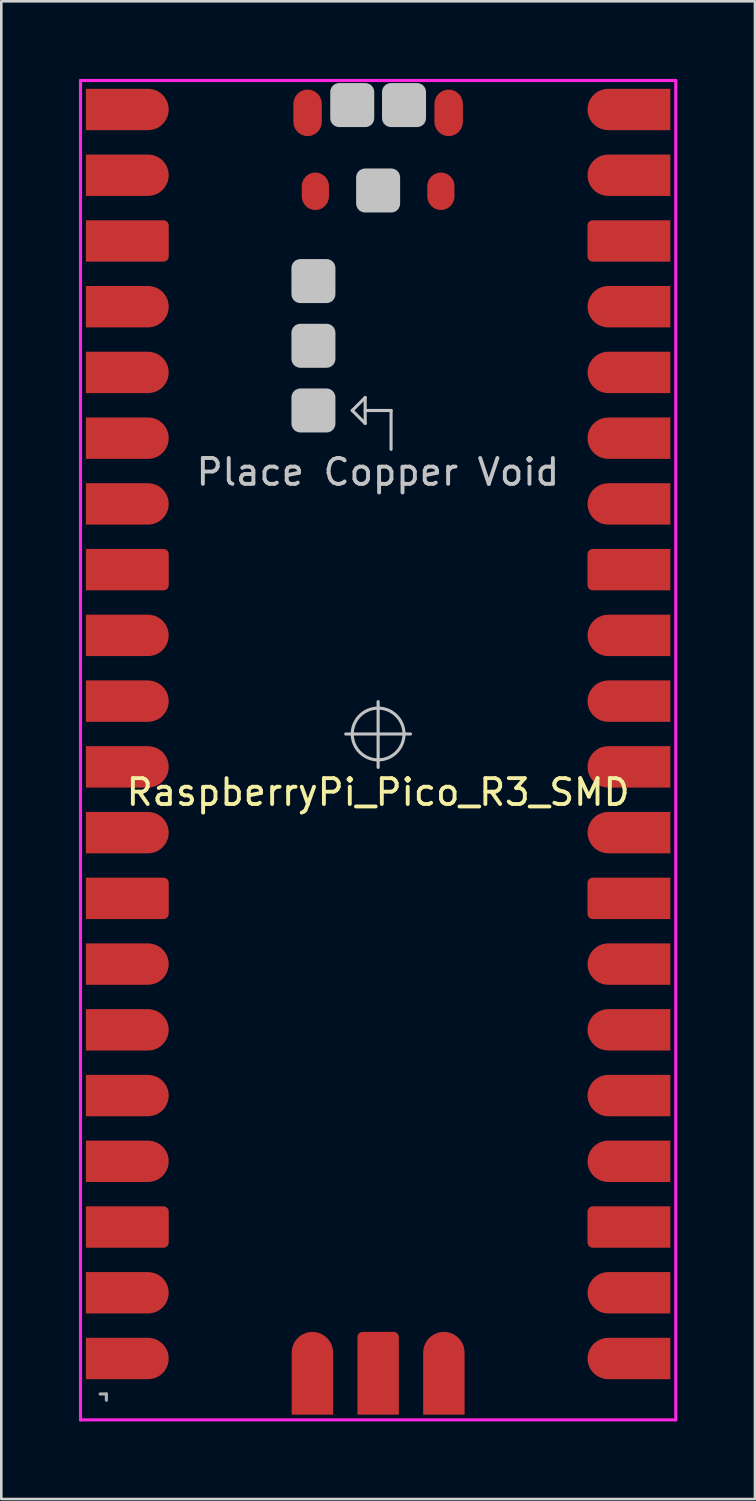
<source format=kicad_pcb>
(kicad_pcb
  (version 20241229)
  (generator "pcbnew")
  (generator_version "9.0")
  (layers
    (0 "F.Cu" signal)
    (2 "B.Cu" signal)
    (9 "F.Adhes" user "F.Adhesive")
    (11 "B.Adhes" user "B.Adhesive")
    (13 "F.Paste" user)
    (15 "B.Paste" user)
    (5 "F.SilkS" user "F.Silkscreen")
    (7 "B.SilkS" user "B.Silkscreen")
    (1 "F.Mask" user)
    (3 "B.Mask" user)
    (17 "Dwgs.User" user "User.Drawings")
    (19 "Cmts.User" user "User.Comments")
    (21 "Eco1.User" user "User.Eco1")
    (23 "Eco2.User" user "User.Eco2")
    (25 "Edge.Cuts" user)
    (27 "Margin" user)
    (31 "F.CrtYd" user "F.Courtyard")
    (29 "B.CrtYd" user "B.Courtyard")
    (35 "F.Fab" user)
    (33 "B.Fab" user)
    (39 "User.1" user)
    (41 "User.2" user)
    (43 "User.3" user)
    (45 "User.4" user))
  (footprint "RaspberryPi_Pico_R3_SMD"
    (layer "F.Cu")
    (at 11.56 25.31)
    (property "Reference" "RaspberryPi_Pico_R3_SMD" (at 0 2.25 0) (layer "F.SilkS") (effects (font (size 1 1) (thickness 0.15))))
    (attr through_hole)
    (fp_line (start -1 -12.5) (end -0.5 -13) (stroke (width 0.12) (type solid)) (layer "Dwgs.User"))
    (fp_line (start -0.5 -13) (end -0.5 -12) (stroke (width 0.12) (type solid)) (layer "Dwgs.User"))
    (fp_line (start -0.5 -12.5) (end 0.5 -12.5) (stroke (width 0.12) (type solid)) (layer "Dwgs.User"))
    (fp_line (start -0.5 -12) (end -1 -12.5) (stroke (width 0.12) (type solid)) (layer "Dwgs.User"))
    (fp_line (start 0 0) (end -1.25 0) (stroke (width 0.12) (type solid)) (layer "Dwgs.User"))
    (fp_line (start 0 0) (end 0 -1.25) (stroke (width 0.12) (type solid)) (layer "Dwgs.User"))
    (fp_line (start 0 0) (end 0 1.29) (stroke (width 0.12) (type solid)) (layer "Dwgs.User"))
    (fp_line (start 0 0) (end 1.25 0) (stroke (width 0.12) (type solid)) (layer "Dwgs.User"))
    (fp_line (start 0.5 -12.5) (end 0.5 -11) (stroke (width 0.12) (type solid)) (layer "Dwgs.User"))
    (fp_circle (center 0 0) (end 1 0) (stroke (width 0.12) (type solid)) (fill no) (layer "Dwgs.User"))
    (fp_line (start -11.5 -25.25) (end 11.5 -25.25) (stroke (width 0.12) (type solid)) (layer "F.CrtYd"))
    (fp_line (start -11.5 26.5) (end -11.5 -25.25) (stroke (width 0.12) (type solid)) (layer "F.CrtYd"))
    (fp_line (start 11.5 -25.25) (end 11.5 26.5) (stroke (width 0.12) (type solid)) (layer "F.CrtYd"))
    (fp_line (start 11.5 26.5) (end -11.5 26.5) (stroke (width 0.12) (type solid)) (layer "F.CrtYd"))
    (fp_line (start -10.5 25.5) (end -10.74 25.5) (stroke (width 0.12) (type solid)) (layer "F.Fab"))
    (fp_line (start -10.5 25.5) (end -10.5 25.74) (stroke (width 0.12) (type solid)) (layer "F.Fab"))
    (fp_text user "Place Copper Void" (at -0.01 -10.12 0) (layer "Dwgs.User") (effects (font (size 1 1) (thickness 0.15))))
    (pad "" smd roundrect (at -2.5 -17.5 180) (size 1.7 1.7) (layers "Dwgs.User") (roundrect_rratio 0.2))
    (pad "" smd roundrect (at -2.5 -15 180) (size 1.7 1.7) (layers "Dwgs.User") (roundrect_rratio 0.2))
    (pad "" smd roundrect (at -2.5 -12.5 180) (size 1.7 1.7) (layers "Dwgs.User") (roundrect_rratio 0.2))
    (pad "" smd roundrect (at -1 -24.3 180) (size 1.7 1.7) (layers "Dwgs.User") (roundrect_rratio 0.2))
    (pad "" smd roundrect (at 0 -21 180) (size 1.7 1.7) (layers "Dwgs.User") (roundrect_rratio 0.2))
    (pad "" smd roundrect (at 1 -24.3 180) (size 1.7 1.7) (layers "Dwgs.User") (roundrect_rratio 0.2))
    (pad "1" smd custom (at -9.69 -24.13) (size 1.6 1.6) (layers "F.Cu" "F.Mask" "F.Paste") (options (anchor circle)) (primitives (gr_circle (center 0.8 0) (end 1.6 0) (width 0) (fill yes)) (gr_poly (pts (xy 0.8 0.8) (xy 0.8 -0.8) (xy -1.6 -0.8) (xy -1.6 0.8)) (width 0) (fill yes))))
    (pad "2" smd custom (at -9.69 -21.59) (size 1.6 1.6) (layers "F.Cu" "F.Mask" "F.Paste") (options (anchor circle)) (primitives (gr_circle (center 0.8 0) (end 1.6 0) (width 0) (fill yes)) (gr_poly (pts (xy 0.8 0.8) (xy 0.8 -0.8) (xy -1.6 -0.8) (xy -1.6 0.8)) (width 0) (fill yes))))
    (pad "3" smd custom (at -9.69 -19.05) (size 1.6 1.6) (layers "F.Cu" "F.Mask" "F.Paste") (options (anchor circle)) (primitives (gr_circle (center 1.4 0.6) (end 1.6 0.6) (width 0) (fill yes)) (gr_circle (center 1.4 -0.6) (end 1.6 -0.6) (width 0) (fill yes)) (gr_poly (pts (xy 1.4 0.8) (xy 1.4 -0.8) (xy -1.6 -0.8) (xy -1.6 0.8)) (width 0) (fill yes)) (gr_poly (pts (xy 1.6 0.6) (xy 1.6 -0.6) (xy 0 0)) (width 0) (fill yes))))
    (pad "4" smd custom (at -9.69 -16.51) (size 1.6 1.6) (layers "F.Cu" "F.Mask" "F.Paste") (options (anchor circle)) (primitives (gr_circle (center 0.8 0) (end 1.6 0) (width 0) (fill yes)) (gr_poly (pts (xy 0.8 0.8) (xy 0.8 -0.8) (xy -1.6 -0.8) (xy -1.6 0.8)) (width 0) (fill yes))))
    (pad "5" smd custom (at -9.69 -13.97) (size 1.6 1.6) (layers "F.Cu" "F.Mask" "F.Paste") (options (anchor circle)) (primitives (gr_circle (center 0.8 0) (end 1.6 0) (width 0) (fill yes)) (gr_poly (pts (xy 0.8 0.8) (xy 0.8 -0.8) (xy -1.6 -0.8) (xy -1.6 0.8)) (width 0) (fill yes))))
    (pad "6" smd custom (at -9.69 -11.43) (size 1.6 1.6) (layers "F.Cu" "F.Mask" "F.Paste") (options (anchor circle)) (primitives (gr_circle (center 0.8 0) (end 1.6 0) (width 0) (fill yes)) (gr_poly (pts (xy 0.8 0.8) (xy 0.8 -0.8) (xy -1.6 -0.8) (xy -1.6 0.8)) (width 0) (fill yes))))
    (pad "7" smd custom (at -9.69 -8.89) (size 1.6 1.6) (layers "F.Cu" "F.Mask" "F.Paste") (options (anchor circle)) (primitives (gr_circle (center 0.8 0) (end 1.6 0) (width 0) (fill yes)) (gr_poly (pts (xy 0.8 0.8) (xy 0.8 -0.8) (xy -1.6 -0.8) (xy -1.6 0.8)) (width 0) (fill yes))))
    (pad "8" smd custom (at -9.69 -6.35) (size 1.6 1.6) (layers "F.Cu" "F.Mask" "F.Paste") (options (anchor circle)) (primitives (gr_circle (center 1.4 0.6) (end 1.6 0.6) (width 0) (fill yes)) (gr_circle (center 1.4 -0.6) (end 1.6 -0.6) (width 0) (fill yes)) (gr_poly (pts (xy 1.4 0.8) (xy 1.4 -0.8) (xy -1.6 -0.8) (xy -1.6 0.8)) (width 0) (fill yes)) (gr_poly (pts (xy 1.6 0.6) (xy 1.6 -0.6) (xy 0 0)) (width 0) (fill yes))))
    (pad "9" smd custom (at -9.69 -3.81) (size 1.6 1.6) (layers "F.Cu" "F.Mask" "F.Paste") (options (anchor circle)) (primitives (gr_circle (center 0.8 0) (end 1.6 0) (width 0) (fill yes)) (gr_poly (pts (xy 0.8 0.8) (xy 0.8 -0.8) (xy -1.6 -0.8) (xy -1.6 0.8)) (width 0) (fill yes))))
    (pad "10" smd custom (at -9.69 -1.27) (size 1.6 1.6) (layers "F.Cu" "F.Mask" "F.Paste") (options (anchor circle)) (primitives (gr_circle (center 0.8 0) (end 1.6 0) (width 0) (fill yes)) (gr_poly (pts (xy 0.8 0.8) (xy 0.8 -0.8) (xy -1.6 -0.8) (xy -1.6 0.8)) (width 0) (fill yes))))
    (pad "11" smd custom (at -9.69 1.27) (size 1.6 1.6) (layers "F.Cu" "F.Mask" "F.Paste") (options (anchor circle)) (primitives (gr_circle (center 0.8 0) (end 1.6 0) (width 0) (fill yes)) (gr_poly (pts (xy 0.8 0.8) (xy 0.8 -0.8) (xy -1.6 -0.8) (xy -1.6 0.8)) (width 0) (fill yes))))
    (pad "12" smd custom (at -9.69 3.81) (size 1.6 1.6) (layers "F.Cu" "F.Mask" "F.Paste") (options (anchor circle)) (primitives (gr_circle (center 0.8 0) (end 1.6 0) (width 0) (fill yes)) (gr_poly (pts (xy 0.8 0.8) (xy 0.8 -0.8) (xy -1.6 -0.8) (xy -1.6 0.8)) (width 0) (fill yes))))
    (pad "13" smd custom (at -9.69 6.35) (size 1.6 1.6) (layers "F.Cu" "F.Mask" "F.Paste") (options (anchor circle)) (primitives (gr_circle (center 1.4 0.6) (end 1.6 0.6) (width 0) (fill yes)) (gr_circle (center 1.4 -0.6) (end 1.6 -0.6) (width 0) (fill yes)) (gr_poly (pts (xy 1.4 0.8) (xy 1.4 -0.8) (xy -1.6 -0.8) (xy -1.6 0.8)) (width 0) (fill yes)) (gr_poly (pts (xy 1.6 0.6) (xy 1.6 -0.6) (xy 0 0)) (width 0) (fill yes))))
    (pad "14" smd custom (at -9.69 8.89) (size 1.6 1.6) (layers "F.Cu" "F.Mask" "F.Paste") (options (anchor circle)) (primitives (gr_circle (center 0.8 0) (end 1.6 0) (width 0) (fill yes)) (gr_poly (pts (xy 0.8 0.8) (xy 0.8 -0.8) (xy -1.6 -0.8) (xy -1.6 0.8)) (width 0) (fill yes))))
    (pad "15" smd custom (at -9.69 11.43) (size 1.6 1.6) (layers "F.Cu" "F.Mask" "F.Paste") (options (anchor circle)) (primitives (gr_circle (center 0.8 0) (end 1.6 0) (width 0) (fill yes)) (gr_poly (pts (xy 0.8 0.8) (xy 0.8 -0.8) (xy -1.6 -0.8) (xy -1.6 0.8)) (width 0) (fill yes))))
    (pad "16" smd custom (at -9.69 13.97) (size 1.6 1.6) (layers "F.Cu" "F.Mask" "F.Paste") (options (anchor circle)) (primitives (gr_circle (center 0.8 0) (end 1.6 0) (width 0) (fill yes)) (gr_poly (pts (xy 0.8 0.8) (xy 0.8 -0.8) (xy -1.6 -0.8) (xy -1.6 0.8)) (width 0) (fill yes))))
    (pad "17" smd custom (at -9.69 16.51) (size 1.6 1.6) (layers "F.Cu" "F.Mask" "F.Paste") (options (anchor circle)) (primitives (gr_circle (center 0.8 0) (end 1.6 0) (width 0) (fill yes)) (gr_poly (pts (xy 0.8 0.8) (xy 0.8 -0.8) (xy -1.6 -0.8) (xy -1.6 0.8)) (width 0) (fill yes))))
    (pad "18" smd custom (at -9.69 19.05) (size 1.6 1.6) (layers "F.Cu" "F.Mask" "F.Paste") (options (anchor circle)) (primitives (gr_circle (center 1.4 0.6) (end 1.6 0.6) (width 0) (fill yes)) (gr_circle (center 1.4 -0.6) (end 1.6 -0.6) (width 0) (fill yes)) (gr_poly (pts (xy 1.4 0.8) (xy 1.4 -0.8) (xy -1.6 -0.8) (xy -1.6 0.8)) (width 0) (fill yes)) (gr_poly (pts (xy 1.6 0.6) (xy 1.6 -0.6) (xy 0 0)) (width 0) (fill yes))))
    (pad "19" smd custom (at -9.69 21.59) (size 1.6 1.6) (layers "F.Cu" "F.Mask" "F.Paste") (options (anchor circle)) (primitives (gr_circle (center 0.8 0) (end 1.6 0) (width 0) (fill yes)) (gr_poly (pts (xy 0.8 0.8) (xy 0.8 -0.8) (xy -1.6 -0.8) (xy -1.6 0.8)) (width 0) (fill yes))))
    (pad "20" smd custom (at -9.69 24.13) (size 1.6 1.6) (layers "F.Cu" "F.Mask" "F.Paste") (options (anchor circle)) (primitives (gr_circle (center 0.8 0) (end 1.6 0) (width 0) (fill yes)) (gr_poly (pts (xy 0.8 0.8) (xy 0.8 -0.8) (xy -1.6 -0.8) (xy -1.6 0.8)) (width 0) (fill yes))))
    (pad "21" smd custom (at 9.69 24.13 180) (size 1.6 1.6) (layers "F.Cu" "F.Mask" "F.Paste") (options (anchor circle)) (primitives (gr_circle (center 0.8 0) (end 1.6 0) (width 0) (fill yes)) (gr_poly (pts (xy 0.8 0.8) (xy 0.8 -0.8) (xy -1.6 -0.8) (xy -1.6 0.8)) (width 0) (fill yes))))
    (pad "22" smd custom (at 9.69 21.59 180) (size 1.6 1.6) (layers "F.Cu" "F.Mask" "F.Paste") (options (anchor circle)) (primitives (gr_circle (center 0.8 0) (end 1.6 0) (width 0) (fill yes)) (gr_poly (pts (xy 0.8 0.8) (xy 0.8 -0.8) (xy -1.6 -0.8) (xy -1.6 0.8)) (width 0) (fill yes))))
    (pad "23" smd custom (at 9.69 19.05 180) (size 1.6 1.6) (layers "F.Cu" "F.Mask" "F.Paste") (options (anchor circle)) (primitives (gr_circle (center 1.4 0.6) (end 1.6 0.6) (width 0) (fill yes)) (gr_circle (center 1.4 -0.6) (end 1.6 -0.6) (width 0) (fill yes)) (gr_poly (pts (xy 1.4 0.8) (xy 1.4 -0.8) (xy -1.6 -0.8) (xy -1.6 0.8)) (width 0) (fill yes)) (gr_poly (pts (xy 1.6 0.6) (xy 1.6 -0.6) (xy 0 0)) (width 0) (fill yes))))
    (pad "24" smd custom (at 9.69 16.51 180) (size 1.6 1.6) (layers "F.Cu" "F.Mask" "F.Paste") (options (anchor circle)) (primitives (gr_circle (center 0.8 0) (end 1.6 0) (width 0) (fill yes)) (gr_poly (pts (xy 0.8 0.8) (xy 0.8 -0.8) (xy -1.6 -0.8) (xy -1.6 0.8)) (width 0) (fill yes))))
    (pad "25" smd custom (at 9.69 13.97 180) (size 1.6 1.6) (layers "F.Cu" "F.Mask" "F.Paste") (options (anchor circle)) (primitives (gr_circle (center 0.8 0) (end 1.6 0) (width 0) (fill yes)) (gr_poly (pts (xy 0.8 0.8) (xy 0.8 -0.8) (xy -1.6 -0.8) (xy -1.6 0.8)) (width 0) (fill yes))))
    (pad "26" smd custom (at 9.69 11.43 180) (size 1.6 1.6) (layers "F.Cu" "F.Mask" "F.Paste") (options (anchor circle)) (primitives (gr_circle (center 0.8 0) (end 1.6 0) (width 0) (fill yes)) (gr_poly (pts (xy 0.8 0.8) (xy 0.8 -0.8) (xy -1.6 -0.8) (xy -1.6 0.8)) (width 0) (fill yes))))
    (pad "27" smd custom (at 9.69 8.89 180) (size 1.6 1.6) (layers "F.Cu" "F.Mask" "F.Paste") (options (anchor circle)) (primitives (gr_circle (center 0.8 0) (end 1.6 0) (width 0) (fill yes)) (gr_poly (pts (xy 0.8 0.8) (xy 0.8 -0.8) (xy -1.6 -0.8) (xy -1.6 0.8)) (width 0) (fill yes))))
    (pad "28" smd custom (at 9.69 6.35 180) (size 1.6 1.6) (layers "F.Cu" "F.Mask" "F.Paste") (options (anchor circle)) (primitives (gr_circle (center 1.4 0.6) (end 1.6 0.6) (width 0) (fill yes)) (gr_circle (center 1.4 -0.6) (end 1.6 -0.6) (width 0) (fill yes)) (gr_poly (pts (xy 1.4 0.8) (xy 1.4 -0.8) (xy -1.6 -0.8) (xy -1.6 0.8)) (width 0) (fill yes)) (gr_poly (pts (xy 1.6 0.6) (xy 1.6 -0.6) (xy 0 0)) (width 0) (fill yes))))
    (pad "29" smd custom (at 9.69 3.81 180) (size 1.6 1.6) (layers "F.Cu" "F.Mask" "F.Paste") (options (anchor circle)) (primitives (gr_circle (center 0.8 0) (end 1.6 0) (width 0) (fill yes)) (gr_poly (pts (xy 0.8 0.8) (xy 0.8 -0.8) (xy -1.6 -0.8) (xy -1.6 0.8)) (width 0) (fill yes))))
    (pad "30" smd custom (at 9.69 1.27 180) (size 1.6 1.6) (layers "F.Cu" "F.Mask" "F.Paste") (options (anchor circle)) (primitives (gr_circle (center 0.8 0) (end 1.6 0) (width 0) (fill yes)) (gr_poly (pts (xy 0.8 0.8) (xy 0.8 -0.8) (xy -1.6 -0.8) (xy -1.6 0.8)) (width 0) (fill yes))))
    (pad "31" smd custom (at 9.69 -1.27 180) (size 1.6 1.6) (layers "F.Cu" "F.Mask" "F.Paste") (options (anchor circle)) (primitives (gr_circle (center 0.8 0) (end 1.6 0) (width 0) (fill yes)) (gr_poly (pts (xy 0.8 0.8) (xy 0.8 -0.8) (xy -1.6 -0.8) (xy -1.6 0.8)) (width 0) (fill yes))))
    (pad "32" smd custom (at 9.69 -3.81 180) (size 1.6 1.6) (layers "F.Cu" "F.Mask" "F.Paste") (options (anchor circle)) (primitives (gr_circle (center 0.8 0) (end 1.6 0) (width 0) (fill yes)) (gr_poly (pts (xy 0.8 0.8) (xy 0.8 -0.8) (xy -1.6 -0.8) (xy -1.6 0.8)) (width 0) (fill yes))))
    (pad "33" smd custom (at 9.69 -6.35 180) (size 1.6 1.6) (layers "F.Cu" "F.Mask" "F.Paste") (options (anchor circle)) (primitives (gr_circle (center 1.4 0.6) (end 1.6 0.6) (width 0) (fill yes)) (gr_circle (center 1.4 -0.6) (end 1.6 -0.6) (width 0) (fill yes)) (gr_poly (pts (xy 1.4 0.8) (xy 1.4 -0.8) (xy -1.6 -0.8) (xy -1.6 0.8)) (width 0) (fill yes)) (gr_poly (pts (xy 1.6 0.6) (xy 1.6 -0.6) (xy 0 0)) (width 0) (fill yes))))
    (pad "34" smd custom (at 9.69 -8.89 180) (size 1.6 1.6) (layers "F.Cu" "F.Mask" "F.Paste") (options (anchor circle)) (primitives (gr_circle (center 0.8 0) (end 1.6 0) (width 0) (fill yes)) (gr_poly (pts (xy 0.8 0.8) (xy 0.8 -0.8) (xy -1.6 -0.8) (xy -1.6 0.8)) (width 0) (fill yes))))
    (pad "35" smd custom (at 9.69 -11.43 180) (size 1.6 1.6) (layers "F.Cu" "F.Mask" "F.Paste") (options (anchor circle)) (primitives (gr_circle (center 0.8 0) (end 1.6 0) (width 0) (fill yes)) (gr_poly (pts (xy 0.8 0.8) (xy 0.8 -0.8) (xy -1.6 -0.8) (xy -1.6 0.8)) (width 0) (fill yes))))
    (pad "36" smd custom (at 9.69 -13.97 180) (size 1.6 1.6) (layers "F.Cu" "F.Mask" "F.Paste") (options (anchor circle)) (primitives (gr_circle (center 0.8 0) (end 1.6 0) (width 0) (fill yes)) (gr_poly (pts (xy 0.8 0.8) (xy 0.8 -0.8) (xy -1.6 -0.8) (xy -1.6 0.8)) (width 0) (fill yes))))
    (pad "37" smd custom (at 9.69 -16.51 180) (size 1.6 1.6) (layers "F.Cu" "F.Mask" "F.Paste") (options (anchor circle)) (primitives (gr_circle (center 0.8 0) (end 1.6 0) (width 0) (fill yes)) (gr_poly (pts (xy 0.8 0.8) (xy 0.8 -0.8) (xy -1.6 -0.8) (xy -1.6 0.8)) (width 0) (fill yes))))
    (pad "38" smd custom (at 9.69 -19.05 180) (size 1.6 1.6) (layers "F.Cu" "F.Mask" "F.Paste") (options (anchor circle)) (primitives (gr_circle (center 1.4 0.6) (end 1.6 0.6) (width 0) (fill yes)) (gr_circle (center 1.4 -0.6) (end 1.6 -0.6) (width 0) (fill yes)) (gr_poly (pts (xy 1.4 0.8) (xy 1.4 -0.8) (xy -1.6 -0.8) (xy -1.6 0.8)) (width 0) (fill yes)) (gr_poly (pts (xy 1.6 0.6) (xy 1.6 -0.6) (xy 0 0)) (width 0) (fill yes))))
    (pad "39" smd custom (at 9.69 -21.59 180) (size 1.6 1.6) (layers "F.Cu" "F.Mask" "F.Paste") (options (anchor circle)) (primitives (gr_circle (center 0.8 0) (end 1.6 0) (width 0) (fill yes)) (gr_poly (pts (xy 0.8 0.8) (xy 0.8 -0.8) (xy -1.6 -0.8) (xy -1.6 0.8)) (width 0) (fill yes))))
    (pad "40" smd custom (at 9.69 -24.13 180) (size 1.6 1.6) (layers "F.Cu" "F.Mask" "F.Paste") (options (anchor circle)) (primitives (gr_circle (center 0.8 0) (end 1.6 0) (width 0) (fill yes)) (gr_poly (pts (xy 0.8 0.8) (xy 0.8 -0.8) (xy -1.6 -0.8) (xy -1.6 0.8)) (width 0) (fill yes))))
    (pad "41" smd custom (at -2.54 24.7 90) (size 1.6 1.6) (layers "F.Cu" "F.Mask" "F.Paste") (options (anchor circle)) (primitives (gr_circle (center 0.8 0) (end 1.6 0) (width 0) (fill yes)) (gr_poly (pts (xy 0.8 0.8) (xy 0.8 -0.8) (xy -1.6 -0.8) (xy -1.6 0.8)) (width 0) (fill yes))))
    (pad "42" smd custom (at 0 24.7 90) (size 1.6 1.6) (layers "F.Cu" "F.Mask" "F.Paste") (options (anchor circle)) (primitives (gr_circle (center 1.4 0.6) (end 1.6 0.6) (width 0) (fill yes)) (gr_circle (center 1.4 -0.6) (end 1.6 -0.6) (width 0) (fill yes)) (gr_poly (pts (xy 1.4 0.8) (xy 1.4 -0.8) (xy -1.6 -0.8) (xy -1.6 0.8)) (width 0) (fill yes)) (gr_poly (pts (xy 1.6 0.6) (xy 1.6 -0.6) (xy 0 0)) (width 0) (fill yes))))
    (pad "43" smd custom (at 2.54 24.7 90) (size 1.6 1.6) (layers "F.Cu" "F.Mask" "F.Paste") (options (anchor circle)) (primitives (gr_circle (center 0.8 0) (end 1.6 0) (width 0) (fill yes)) (gr_poly (pts (xy 0.8 0.8) (xy 0.8 -0.8) (xy -1.6 -0.8) (xy -1.6 0.8)) (width 0) (fill yes))))
    (pad "~" smd roundrect (at -2.725 -24 180) (size 1.1 1.8) (layers "F.Cu" "F.Mask" "F.Paste") (roundrect_rratio 0.5))
    (pad "~" smd roundrect (at -2.425 -20.97 180) (size 1.05 1.45) (layers "F.Cu" "F.Mask" "F.Paste") (roundrect_rratio 0.5))
    (pad "~" smd roundrect (at 2.425 -20.97 180) (size 1.05 1.45) (layers "F.Cu" "F.Mask" "F.Paste") (roundrect_rratio 0.5))
    (pad "~" smd roundrect (at 2.725 -24 180) (size 1.1 1.8) (layers "F.Cu" "F.Mask" "F.Paste") (roundrect_rratio 0.5)))
  (gr_rect
    (start -3 -3)
    (end 26.12 54.87)
    (stroke (width 0.1) (type default))
    (fill no)
    (layer "Edge.Cuts")))
</source>
